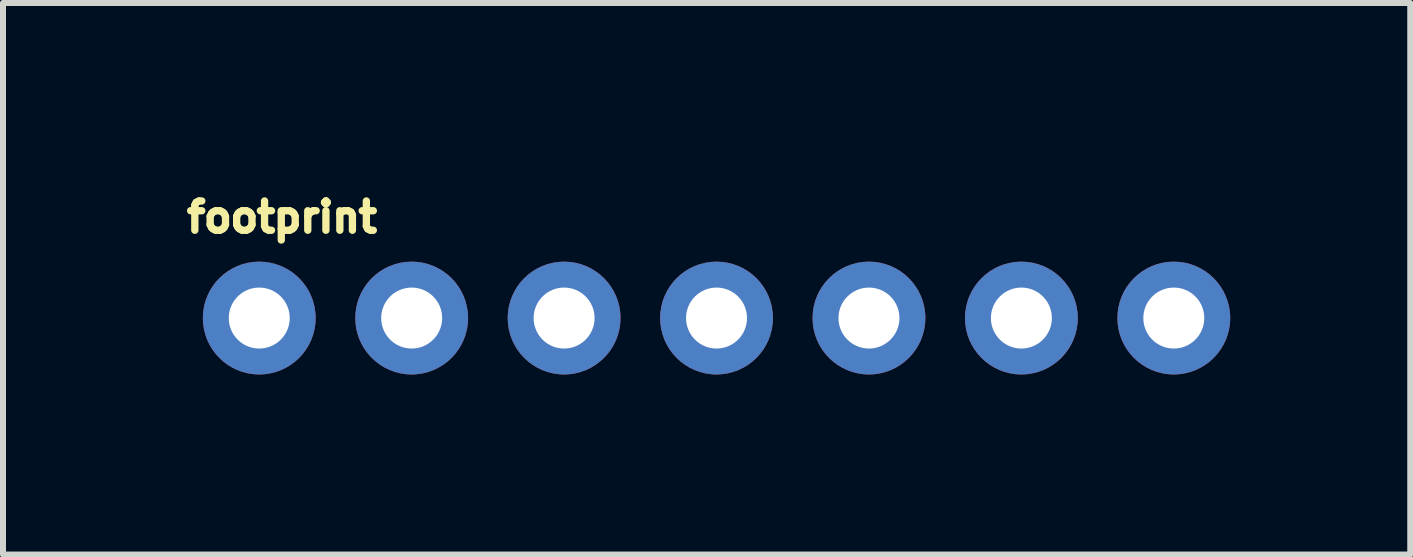
<source format=kicad_pcb>
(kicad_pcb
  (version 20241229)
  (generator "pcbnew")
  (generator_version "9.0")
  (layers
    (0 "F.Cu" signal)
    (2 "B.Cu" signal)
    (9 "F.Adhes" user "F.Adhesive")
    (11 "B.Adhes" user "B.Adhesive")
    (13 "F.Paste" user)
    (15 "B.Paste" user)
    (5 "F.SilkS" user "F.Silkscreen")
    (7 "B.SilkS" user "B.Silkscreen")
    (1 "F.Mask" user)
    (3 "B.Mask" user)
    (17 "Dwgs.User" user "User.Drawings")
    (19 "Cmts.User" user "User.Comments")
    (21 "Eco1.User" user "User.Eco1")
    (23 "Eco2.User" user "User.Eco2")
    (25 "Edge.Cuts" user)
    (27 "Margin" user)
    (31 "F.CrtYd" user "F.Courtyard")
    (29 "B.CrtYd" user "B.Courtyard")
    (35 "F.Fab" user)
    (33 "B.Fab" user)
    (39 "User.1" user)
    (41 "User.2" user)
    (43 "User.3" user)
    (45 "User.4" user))
  (footprint "footprint"
    (layer "F.Cu")
    (at 1.27 2.25)
    (property "Reference" "footprint" (at -1.27 -1.397 0) (layer "F.SilkS") (effects (font (size 0.488 0.488) (thickness 0.122)) (justify left bottom)))
    (fp_poly (pts (xy -0.254 0.254) (xy 0.254 0.254) (xy 0.254 -0.254) (xy -0.254 -0.254)) (stroke (width 0.1) (type solid)) (fill no) (layer "F.Fab"))
    (fp_poly (pts (xy 2.286 0.254) (xy 2.794 0.254) (xy 2.794 -0.254) (xy 2.286 -0.254)) (stroke (width 0.1) (type solid)) (fill no) (layer "F.Fab"))
    (fp_poly (pts (xy 4.826 0.254) (xy 5.334 0.254) (xy 5.334 -0.254) (xy 4.826 -0.254)) (stroke (width 0.1) (type solid)) (fill no) (layer "F.Fab"))
    (fp_poly (pts (xy 7.366 0.254) (xy 7.874 0.254) (xy 7.874 -0.254) (xy 7.366 -0.254)) (stroke (width 0.1) (type solid)) (fill no) (layer "F.Fab"))
    (fp_poly (pts (xy 9.906 0.254) (xy 10.414 0.254) (xy 10.414 -0.254) (xy 9.906 -0.254)) (stroke (width 0.1) (type solid)) (fill no) (layer "F.Fab"))
    (fp_poly (pts (xy 12.446 0.254) (xy 12.954 0.254) (xy 12.954 -0.254) (xy 12.446 -0.254)) (stroke (width 0.1) (type solid)) (fill no) (layer "F.Fab"))
    (fp_poly (pts (xy 14.986 0.254) (xy 15.494 0.254) (xy 15.494 -0.254) (xy 14.986 -0.254)) (stroke (width 0.1) (type solid)) (fill no) (layer "F.Fab"))
    (pad "1" thru_hole circle (at 0 0 90) (size 1.88 1.88) (drill 1.016) (layers "*.Cu" "*.Mask"))
    (pad "2" thru_hole circle (at 2.54 0 90) (size 1.88 1.88) (drill 1.016) (layers "*.Cu" "*.Mask"))
    (pad "3" thru_hole circle (at 5.08 0 90) (size 1.88 1.88) (drill 1.016) (layers "*.Cu" "*.Mask"))
    (pad "4" thru_hole circle (at 7.62 0 90) (size 1.88 1.88) (drill 1.016) (layers "*.Cu" "*.Mask"))
    (pad "5" thru_hole circle (at 10.16 0 90) (size 1.88 1.88) (drill 1.016) (layers "*.Cu" "*.Mask"))
    (pad "6" thru_hole circle (at 12.7 0 90) (size 1.88 1.88) (drill 1.016) (layers "*.Cu" "*.Mask"))
    (pad "7" thru_hole circle (at 15.24 0 90) (size 1.88 1.88) (drill 1.016) (layers "*.Cu" "*.Mask")))
  (gr_rect
    (start -3 -3)
    (end 20.45 6.19)
    (stroke (width 0.1) (type default))
    (fill no)
    (layer "Edge.Cuts")))
</source>
